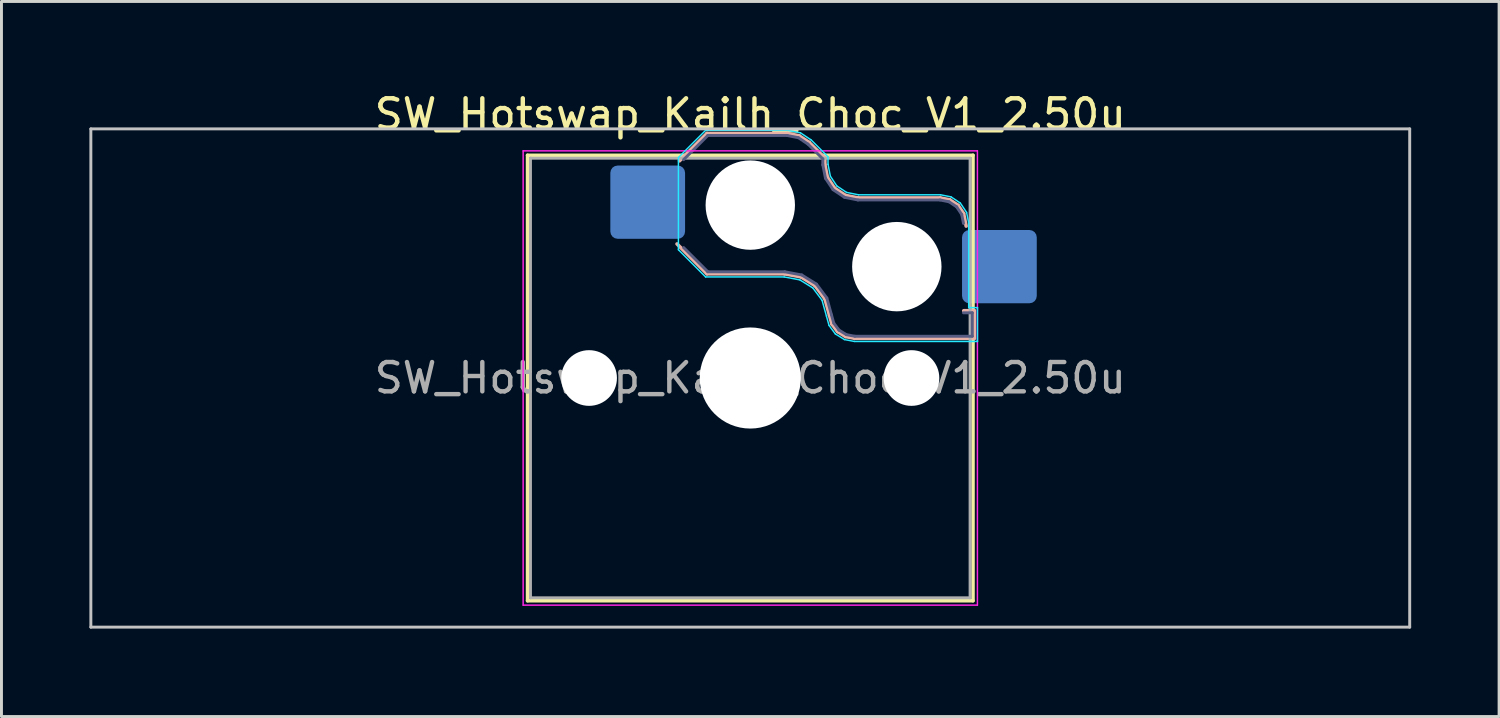
<source format=kicad_pcb>
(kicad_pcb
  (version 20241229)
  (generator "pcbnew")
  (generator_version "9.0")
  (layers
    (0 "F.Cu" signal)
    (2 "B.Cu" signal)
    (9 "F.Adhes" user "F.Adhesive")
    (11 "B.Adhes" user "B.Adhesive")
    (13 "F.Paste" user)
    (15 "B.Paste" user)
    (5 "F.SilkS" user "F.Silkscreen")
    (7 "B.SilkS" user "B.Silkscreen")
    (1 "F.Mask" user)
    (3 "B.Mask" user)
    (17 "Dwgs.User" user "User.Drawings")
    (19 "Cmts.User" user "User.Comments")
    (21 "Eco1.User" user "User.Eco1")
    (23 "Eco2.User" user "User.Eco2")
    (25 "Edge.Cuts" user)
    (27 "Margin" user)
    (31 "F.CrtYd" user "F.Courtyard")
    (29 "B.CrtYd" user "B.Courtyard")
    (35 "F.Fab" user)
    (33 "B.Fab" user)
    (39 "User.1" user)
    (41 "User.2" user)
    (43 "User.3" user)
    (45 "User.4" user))
  (footprint "SW_Hotswap_Kailh_Choc_V1_2.50u"
    (layer "F.Cu")
    (at 22.55 9.848)
    (property "Reference" "SW_Hotswap_Kailh_Choc_V1_2.50u" (at 0 -9 0) (layer "F.SilkS") (effects (font (size 1 1) (thickness 0.15))))
    (attr smd)
    (fp_line (start -7.6 -7.6) (end -7.6 7.6) (stroke (width 0.12) (type solid)) (layer "F.SilkS"))
    (fp_line (start -7.6 7.6) (end 7.6 7.6) (stroke (width 0.12) (type solid)) (layer "F.SilkS"))
    (fp_line (start 7.6 -7.6) (end -7.6 -7.6) (stroke (width 0.12) (type solid)) (layer "F.SilkS"))
    (fp_line (start 7.6 7.6) (end 7.6 -7.6) (stroke (width 0.12) (type solid)) (layer "F.SilkS"))
    (fp_line (start -2.416 -7.409) (end -1.479 -8.346) (stroke (width 0.12) (type solid)) (layer "B.SilkS"))
    (fp_line (start -1.479 -8.346) (end 1.268 -8.346) (stroke (width 0.12) (type solid)) (layer "B.SilkS"))
    (fp_line (start -1.479 -3.554) (end -2.5 -4.575) (stroke (width 0.12) (type solid)) (layer "B.SilkS"))
    (fp_line (start 1.168 -3.554) (end -1.479 -3.554) (stroke (width 0.12) (type solid)) (layer "B.SilkS"))
    (fp_line (start 1.268 -8.346) (end 1.671 -8.266) (stroke (width 0.12) (type solid)) (layer "B.SilkS"))
    (fp_line (start 1.671 -8.266) (end 2.013 -8.037) (stroke (width 0.12) (type solid)) (layer "B.SilkS"))
    (fp_line (start 1.73 -3.449) (end 1.168 -3.554) (stroke (width 0.12) (type solid)) (layer "B.SilkS"))
    (fp_line (start 2.013 -8.037) (end 2.546 -7.504) (stroke (width 0.12) (type solid)) (layer "B.SilkS"))
    (fp_line (start 2.209 -3.15) (end 1.73 -3.449) (stroke (width 0.12) (type solid)) (layer "B.SilkS"))
    (fp_line (start 2.546 -7.504) (end 2.546 -7.282) (stroke (width 0.12) (type solid)) (layer "B.SilkS"))
    (fp_line (start 2.546 -7.282) (end 2.633 -6.844) (stroke (width 0.12) (type solid)) (layer "B.SilkS"))
    (fp_line (start 2.547 -2.697) (end 2.209 -3.15) (stroke (width 0.12) (type solid)) (layer "B.SilkS"))
    (fp_line (start 2.633 -6.844) (end 2.877 -6.477) (stroke (width 0.12) (type solid)) (layer "B.SilkS"))
    (fp_line (start 2.701 -2.139) (end 2.547 -2.697) (stroke (width 0.12) (type solid)) (layer "B.SilkS"))
    (fp_line (start 2.783 -1.841) (end 2.701 -2.139) (stroke (width 0.12) (type solid)) (layer "B.SilkS"))
    (fp_line (start 2.877 -6.477) (end 3.244 -6.233) (stroke (width 0.12) (type solid)) (layer "B.SilkS"))
    (fp_line (start 2.976 -1.583) (end 2.783 -1.841) (stroke (width 0.12) (type solid)) (layer "B.SilkS"))
    (fp_line (start 3.244 -6.233) (end 3.682 -6.146) (stroke (width 0.12) (type solid)) (layer "B.SilkS"))
    (fp_line (start 3.25 -1.413) (end 2.976 -1.583) (stroke (width 0.12) (type solid)) (layer "B.SilkS"))
    (fp_line (start 3.56 -1.354) (end 3.25 -1.413) (stroke (width 0.12) (type solid)) (layer "B.SilkS"))
    (fp_line (start 3.682 -6.146) (end 6.482 -6.146) (stroke (width 0.12) (type solid)) (layer "B.SilkS"))
    (fp_line (start 6.482 -6.146) (end 6.809 -6.081) (stroke (width 0.12) (type solid)) (layer "B.SilkS"))
    (fp_line (start 6.809 -6.081) (end 7.092 -5.892) (stroke (width 0.12) (type solid)) (layer "B.SilkS"))
    (fp_line (start 7.092 -5.892) (end 7.281 -5.609) (stroke (width 0.12) (type solid)) (layer "B.SilkS"))
    (fp_line (start 7.281 -5.609) (end 7.366 -5.182) (stroke (width 0.12) (type solid)) (layer "B.SilkS"))
    (fp_line (start 7.283 -2.296) (end 7.646 -2.296) (stroke (width 0.12) (type solid)) (layer "B.SilkS"))
    (fp_line (start 7.646 -2.296) (end 7.646 -1.354) (stroke (width 0.12) (type solid)) (layer "B.SilkS"))
    (fp_line (start 7.646 -1.354) (end 3.56 -1.354) (stroke (width 0.12) (type solid)) (layer "B.SilkS"))
    (fp_line (start -22.5 -8.5) (end -22.5 8.5) (stroke (width 0.1) (type solid)) (layer "Dwgs.User"))
    (fp_line (start -22.5 8.5) (end 22.5 8.5) (stroke (width 0.1) (type solid)) (layer "Dwgs.User"))
    (fp_line (start 22.5 -8.5) (end -22.5 -8.5) (stroke (width 0.1) (type solid)) (layer "Dwgs.User"))
    (fp_line (start 22.5 8.5) (end 22.5 -8.5) (stroke (width 0.1) (type solid)) (layer "Dwgs.User"))
    (fp_line (start -7.25 -7.25) (end -7.25 7.25) (stroke (width 0.1) (type solid)) (layer "Eco1.User"))
    (fp_line (start -7.25 7.25) (end 7.25 7.25) (stroke (width 0.1) (type solid)) (layer "Eco1.User"))
    (fp_line (start 7.25 -7.25) (end -7.25 -7.25) (stroke (width 0.1) (type solid)) (layer "Eco1.User"))
    (fp_line (start 7.25 7.25) (end 7.25 -7.25) (stroke (width 0.1) (type solid)) (layer "Eco1.User"))
    (fp_line (start -2.452 -7.523) (end -1.523 -8.452) (stroke (width 0.05) (type solid)) (layer "B.CrtYd"))
    (fp_line (start -2.452 -4.377) (end -2.452 -7.523) (stroke (width 0.05) (type solid)) (layer "B.CrtYd"))
    (fp_line (start -1.523 -8.452) (end 1.278 -8.452) (stroke (width 0.05) (type solid)) (layer "B.CrtYd"))
    (fp_line (start -1.523 -3.448) (end -2.452 -4.377) (stroke (width 0.05) (type solid)) (layer "B.CrtYd"))
    (fp_line (start 1.159 -3.448) (end -1.523 -3.448) (stroke (width 0.05) (type solid)) (layer "B.CrtYd"))
    (fp_line (start 1.278 -8.452) (end 1.712 -8.366) (stroke (width 0.05) (type solid)) (layer "B.CrtYd"))
    (fp_line (start 1.691 -3.348) (end 1.159 -3.448) (stroke (width 0.05) (type solid)) (layer "B.CrtYd"))
    (fp_line (start 1.712 -8.366) (end 2.081 -8.119) (stroke (width 0.05) (type solid)) (layer "B.CrtYd"))
    (fp_line (start 2.081 -8.119) (end 2.652 -7.548) (stroke (width 0.05) (type solid)) (layer "B.CrtYd"))
    (fp_line (start 2.136 -3.071) (end 1.691 -3.348) (stroke (width 0.05) (type solid)) (layer "B.CrtYd"))
    (fp_line (start 2.45 -2.65) (end 2.136 -3.071) (stroke (width 0.05) (type solid)) (layer "B.CrtYd"))
    (fp_line (start 2.599 -2.111) (end 2.45 -2.65) (stroke (width 0.05) (type solid)) (layer "B.CrtYd"))
    (fp_line (start 2.652 -7.548) (end 2.652 -7.292) (stroke (width 0.05) (type solid)) (layer "B.CrtYd"))
    (fp_line (start 2.652 -7.292) (end 2.733 -6.885) (stroke (width 0.05) (type solid)) (layer "B.CrtYd"))
    (fp_line (start 2.687 -1.794) (end 2.599 -2.111) (stroke (width 0.05) (type solid)) (layer "B.CrtYd"))
    (fp_line (start 2.733 -6.885) (end 2.953 -6.553) (stroke (width 0.05) (type solid)) (layer "B.CrtYd"))
    (fp_line (start 2.903 -1.503) (end 2.687 -1.794) (stroke (width 0.05) (type solid)) (layer "B.CrtYd"))
    (fp_line (start 2.953 -6.553) (end 3.285 -6.333) (stroke (width 0.05) (type solid)) (layer "B.CrtYd"))
    (fp_line (start 3.211 -1.312) (end 2.903 -1.503) (stroke (width 0.05) (type solid)) (layer "B.CrtYd"))
    (fp_line (start 3.285 -6.333) (end 3.692 -6.252) (stroke (width 0.05) (type solid)) (layer "B.CrtYd"))
    (fp_line (start 3.55 -1.248) (end 3.211 -1.312) (stroke (width 0.05) (type solid)) (layer "B.CrtYd"))
    (fp_line (start 3.692 -6.252) (end 6.492 -6.252) (stroke (width 0.05) (type solid)) (layer "B.CrtYd"))
    (fp_line (start 6.492 -6.252) (end 6.85 -6.181) (stroke (width 0.05) (type solid)) (layer "B.CrtYd"))
    (fp_line (start 6.85 -6.181) (end 7.168 -5.968) (stroke (width 0.05) (type solid)) (layer "B.CrtYd"))
    (fp_line (start 7.168 -5.968) (end 7.381 -5.65) (stroke (width 0.05) (type solid)) (layer "B.CrtYd"))
    (fp_line (start 7.381 -5.65) (end 7.452 -5.292) (stroke (width 0.05) (type solid)) (layer "B.CrtYd"))
    (fp_line (start 7.452 -5.292) (end 7.452 -2.402) (stroke (width 0.05) (type solid)) (layer "B.CrtYd"))
    (fp_line (start 7.452 -2.402) (end 7.752 -2.402) (stroke (width 0.05) (type solid)) (layer "B.CrtYd"))
    (fp_line (start 7.752 -2.402) (end 7.752 -1.248) (stroke (width 0.05) (type solid)) (layer "B.CrtYd"))
    (fp_line (start 7.752 -1.248) (end 3.55 -1.248) (stroke (width 0.05) (type solid)) (layer "B.CrtYd"))
    (fp_line (start -7.75 -7.75) (end -7.75 7.75) (stroke (width 0.05) (type solid)) (layer "F.CrtYd"))
    (fp_line (start -7.75 7.75) (end 7.75 7.75) (stroke (width 0.05) (type solid)) (layer "F.CrtYd"))
    (fp_line (start 7.75 -7.75) (end -7.75 -7.75) (stroke (width 0.05) (type solid)) (layer "F.CrtYd"))
    (fp_line (start 7.75 7.75) (end 7.75 -7.75) (stroke (width 0.05) (type solid)) (layer "F.CrtYd"))
    (fp_line (start -2.275 -7.45) (end -1.45 -8.275) (stroke (width 0.1) (type solid)) (layer "B.Fab"))
    (fp_line (start -1.45 -8.275) (end 1.261 -8.275) (stroke (width 0.1) (type solid)) (layer "B.Fab"))
    (fp_line (start -1.45 -3.625) (end -2.275 -4.45) (stroke (width 0.1) (type solid)) (layer "B.Fab"))
    (fp_line (start 1.175 -3.625) (end -1.45 -3.625) (stroke (width 0.1) (type solid)) (layer "B.Fab"))
    (fp_line (start 1.261 -8.275) (end 1.643 -8.199) (stroke (width 0.1) (type solid)) (layer "B.Fab"))
    (fp_line (start 1.643 -8.199) (end 1.968 -7.982) (stroke (width 0.1) (type solid)) (layer "B.Fab"))
    (fp_line (start 1.756 -3.516) (end 1.175 -3.625) (stroke (width 0.1) (type solid)) (layer "B.Fab"))
    (fp_line (start 1.968 -7.982) (end 2.475 -7.475) (stroke (width 0.1) (type solid)) (layer "B.Fab"))
    (fp_line (start 2.258 -3.203) (end 1.756 -3.516) (stroke (width 0.1) (type solid)) (layer "B.Fab"))
    (fp_line (start 2.475 -7.475) (end 2.475 -7.275) (stroke (width 0.1) (type solid)) (layer "B.Fab"))
    (fp_line (start 2.475 -7.275) (end 2.566 -6.816) (stroke (width 0.1) (type solid)) (layer "B.Fab"))
    (fp_line (start 2.566 -6.816) (end 2.826 -6.426) (stroke (width 0.1) (type solid)) (layer "B.Fab"))
    (fp_line (start 2.612 -2.729) (end 2.258 -3.203) (stroke (width 0.1) (type solid)) (layer "B.Fab"))
    (fp_line (start 2.769 -2.158) (end 2.612 -2.729) (stroke (width 0.1) (type solid)) (layer "B.Fab"))
    (fp_line (start 2.826 -6.426) (end 3.216 -6.166) (stroke (width 0.1) (type solid)) (layer "B.Fab"))
    (fp_line (start 2.848 -1.873) (end 2.769 -2.158) (stroke (width 0.1) (type solid)) (layer "B.Fab"))
    (fp_line (start 3.025 -1.636) (end 2.848 -1.873) (stroke (width 0.1) (type solid)) (layer "B.Fab"))
    (fp_line (start 3.216 -6.166) (end 3.675 -6.075) (stroke (width 0.1) (type solid)) (layer "B.Fab"))
    (fp_line (start 3.276 -1.48) (end 3.025 -1.636) (stroke (width 0.1) (type solid)) (layer "B.Fab"))
    (fp_line (start 3.567 -1.425) (end 3.276 -1.48) (stroke (width 0.1) (type solid)) (layer "B.Fab"))
    (fp_line (start 3.675 -6.075) (end 6.475 -6.075) (stroke (width 0.1) (type solid)) (layer "B.Fab"))
    (fp_line (start 6.475 -6.075) (end 6.781 -6.014) (stroke (width 0.1) (type solid)) (layer "B.Fab"))
    (fp_line (start 6.781 -6.014) (end 7.041 -5.841) (stroke (width 0.1) (type solid)) (layer "B.Fab"))
    (fp_line (start 7.041 -5.841) (end 7.214 -5.581) (stroke (width 0.1) (type solid)) (layer "B.Fab"))
    (fp_line (start 7.214 -5.581) (end 7.275 -5.275) (stroke (width 0.1) (type solid)) (layer "B.Fab"))
    (fp_line (start 7.275 -2.225) (end 7.575 -2.225) (stroke (width 0.1) (type solid)) (layer "B.Fab"))
    (fp_line (start 7.575 -2.225) (end 7.575 -1.425) (stroke (width 0.1) (type solid)) (layer "B.Fab"))
    (fp_line (start 7.575 -1.425) (end 3.567 -1.425) (stroke (width 0.1) (type solid)) (layer "B.Fab"))
    (fp_line (start -7.5 -7.5) (end -7.5 7.5) (stroke (width 0.1) (type solid)) (layer "F.Fab"))
    (fp_line (start -7.5 7.5) (end 7.5 7.5) (stroke (width 0.1) (type solid)) (layer "F.Fab"))
    (fp_line (start 7.5 -7.5) (end -7.5 -7.5) (stroke (width 0.1) (type solid)) (layer "F.Fab"))
    (fp_line (start 7.5 7.5) (end 7.5 -7.5) (stroke (width 0.1) (type solid)) (layer "F.Fab"))
    (fp_text user "${REFERENCE}" (at 0 0 0) (layer "F.Fab") (effects (font (size 1 1) (thickness 0.15))))
    (pad "" np_thru_hole circle (at -5.5 0) (size 1.9 1.9) (drill 1.9) (layers "*.Cu" "*.Mask"))
    (pad "" np_thru_hole circle (at 0 -5.9) (size 3.05 3.05) (drill 3.05) (layers "*.Cu" "*.Mask"))
    (pad "" np_thru_hole circle (at 0 0) (size 3.45 3.45) (drill 3.45) (layers "*.Cu" "*.Mask"))
    (pad "" np_thru_hole circle (at 5 -3.8) (size 3.05 3.05) (drill 3.05) (layers "*.Cu" "*.Mask"))
    (pad "" np_thru_hole circle (at 5.5 0) (size 1.9 1.9) (drill 1.9) (layers "*.Cu" "*.Mask"))
    (pad "1" smd roundrect (at -3.5 -6) (size 2.55 2.5) (layers "B.Cu" "B.Mask" "B.Paste") (roundrect_rratio 0.1))
    (pad "2" smd roundrect (at 8.5 -3.8) (size 2.55 2.5) (layers "B.Cu" "B.Mask" "B.Paste") (roundrect_rratio 0.1)))
  (gr_rect
    (start -3 -3)
    (end 48.1 21.398)
    (stroke (width 0.1) (type default))
    (fill no)
    (layer "Edge.Cuts")))
</source>
